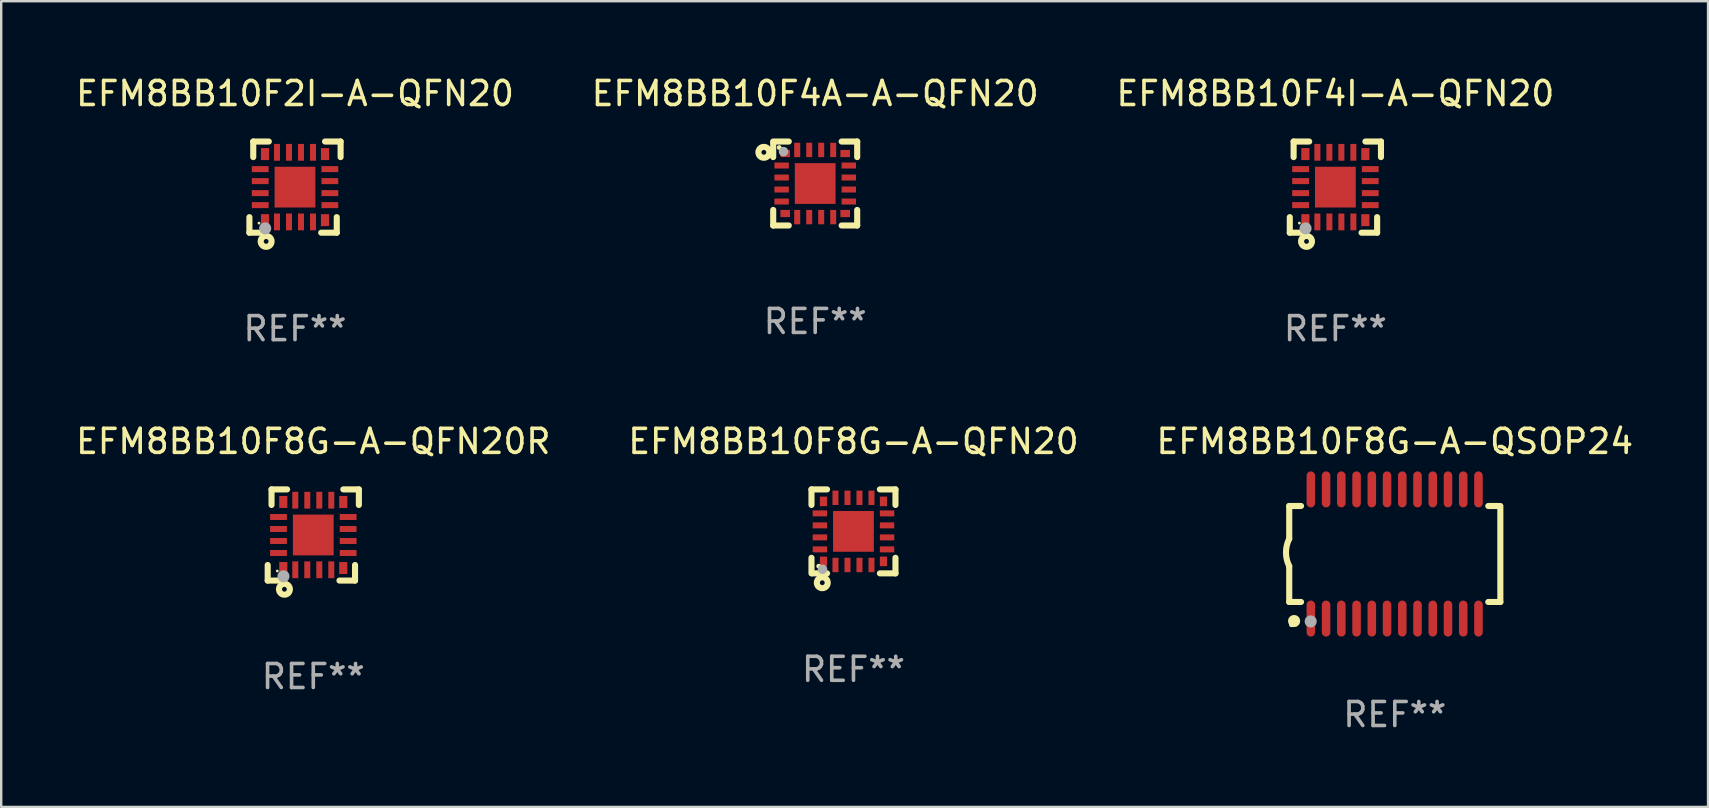
<source format=kicad_pcb>
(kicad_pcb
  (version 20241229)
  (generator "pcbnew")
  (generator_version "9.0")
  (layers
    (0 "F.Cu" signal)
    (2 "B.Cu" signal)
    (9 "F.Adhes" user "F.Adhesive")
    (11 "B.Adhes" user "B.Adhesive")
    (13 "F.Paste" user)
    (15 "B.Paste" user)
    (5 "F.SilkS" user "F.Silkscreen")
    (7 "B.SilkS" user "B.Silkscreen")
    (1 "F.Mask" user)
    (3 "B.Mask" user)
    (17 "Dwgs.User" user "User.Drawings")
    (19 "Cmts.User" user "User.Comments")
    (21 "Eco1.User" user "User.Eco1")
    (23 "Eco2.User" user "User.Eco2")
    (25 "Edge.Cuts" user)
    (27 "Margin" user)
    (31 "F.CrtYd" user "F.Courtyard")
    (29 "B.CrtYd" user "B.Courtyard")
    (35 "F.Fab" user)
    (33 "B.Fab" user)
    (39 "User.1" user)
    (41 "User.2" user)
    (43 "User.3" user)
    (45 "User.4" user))
  (footprint "EFM8BB10F8G-A-QFN20R"
    (layer "F.Cu")
    (at 10.006 19.245)
    (property "Reference" "EFM8BB10F8G-A-QFN20R" (at 0 -3.9 0) (layer "F.SilkS") (effects (font (size 1 1) (thickness 0.15))))
    (attr through_hole)
    (fp_line (start -1.9 1.9) (end -1.9 1.251) (stroke (width 0.254) (type solid)) (layer "F.SilkS"))
    (fp_line (start -1.9 1.9) (end -1.251 1.9) (stroke (width 0.254) (type solid)) (layer "F.SilkS"))
    (fp_line (start -1.74 -1.9) (end -1.74 -1.251) (stroke (width 0.254) (type solid)) (layer "F.SilkS"))
    (fp_line (start -1.74 -1.9) (end -1.091 -1.9) (stroke (width 0.254) (type solid)) (layer "F.SilkS"))
    (fp_line (start 1.74 1.9) (end 1.091 1.9) (stroke (width 0.254) (type solid)) (layer "F.SilkS"))
    (fp_line (start 1.74 1.9) (end 1.74 1.251) (stroke (width 0.254) (type solid)) (layer "F.SilkS"))
    (fp_line (start 1.9 -1.9) (end 1.251 -1.9) (stroke (width 0.254) (type solid)) (layer "F.SilkS"))
    (fp_line (start 1.9 -1.9) (end 1.9 -1.251) (stroke (width 0.254) (type solid)) (layer "F.SilkS"))
    (fp_circle (center -1.5 1.5) (end -1.47 1.5) (stroke (width 0.06) (type solid)) (fill no) (layer "F.SilkS"))
    (fp_circle (center -1.203 2.262) (end -1.103 2.262) (stroke (width 0.254) (type solid)) (fill no) (layer "F.SilkS"))
    (fp_circle (center -1.243 1.721) (end -1.116 1.721) (stroke (width 0.254) (type solid)) (fill no) (layer "F.Fab"))
    (fp_text user "REF**" (at 0 5.9 0) (layer "F.Fab") (effects (font (size 1 1) (thickness 0.15))))
    (pad "1" smd rect (at -1.25 1.377) (size 0.34 0.5) (layers "F.Cu" "F.Mask" "F.Paste"))
    (pad "2" smd rect (at -0.75 1.45) (size 0.25 0.7) (layers "F.Cu" "F.Mask" "F.Paste"))
    (pad "3" smd rect (at -0.25 1.45) (size 0.25 0.7) (layers "F.Cu" "F.Mask" "F.Paste"))
    (pad "4" smd rect (at 0.25 1.45) (size 0.25 0.7) (layers "F.Cu" "F.Mask" "F.Paste"))
    (pad "5" smd rect (at 0.75 1.45) (size 0.25 0.7) (layers "F.Cu" "F.Mask" "F.Paste"))
    (pad "6" smd rect (at 1.25 1.377) (size 0.34 0.5) (layers "F.Cu" "F.Mask" "F.Paste"))
    (pad "7" smd rect (at 1.453 0.75) (size 0.7 0.25) (layers "F.Cu" "F.Mask" "F.Paste"))
    (pad "8" smd rect (at 1.453 0.25) (size 0.7 0.25) (layers "F.Cu" "F.Mask" "F.Paste"))
    (pad "9" smd rect (at 1.453 -0.25) (size 0.7 0.25) (layers "F.Cu" "F.Mask" "F.Paste"))
    (pad "10" smd rect (at 1.453 -0.75) (size 0.7 0.25) (layers "F.Cu" "F.Mask" "F.Paste"))
    (pad "11" smd rect (at 1.25 -1.377) (size 0.34 0.5) (layers "F.Cu" "F.Mask" "F.Paste"))
    (pad "12" smd rect (at 0.75 -1.45) (size 0.25 0.7) (layers "F.Cu" "F.Mask" "F.Paste"))
    (pad "13" smd rect (at 0.25 -1.45) (size 0.25 0.7) (layers "F.Cu" "F.Mask" "F.Paste"))
    (pad "14" smd rect (at -0.25 -1.45) (size 0.25 0.7) (layers "F.Cu" "F.Mask" "F.Paste"))
    (pad "15" smd rect (at -0.75 -1.45) (size 0.25 0.7) (layers "F.Cu" "F.Mask" "F.Paste"))
    (pad "16" smd rect (at -1.25 -1.377) (size 0.34 0.5) (layers "F.Cu" "F.Mask" "F.Paste"))
    (pad "17" smd rect (at -1.45 -0.75) (size 0.7 0.25) (layers "F.Cu" "F.Mask" "F.Paste"))
    (pad "18" smd rect (at -1.45 -0.25) (size 0.7 0.25) (layers "F.Cu" "F.Mask" "F.Paste"))
    (pad "19" smd rect (at -1.45 0.25) (size 0.7 0.25) (layers "F.Cu" "F.Mask" "F.Paste"))
    (pad "20" smd rect (at -1.45 0.75) (size 0.7 0.25) (layers "F.Cu" "F.Mask" "F.Paste"))
    (pad "21" smd rect (at 0 0) (size 1.7 1.7) (layers "F.Cu" "F.Mask" "F.Paste")))
  (footprint "EFM8BB10F2I-A-QFN20"
    (layer "F.Cu")
    (at 9.244 4.748)
    (property "Reference" "EFM8BB10F2I-A-QFN20" (at 0 -3.9 0) (layer "F.SilkS") (effects (font (size 1 1) (thickness 0.15))))
    (attr through_hole)
    (fp_line (start -1.9 1.9) (end -1.9 1.251) (stroke (width 0.254) (type solid)) (layer "F.SilkS"))
    (fp_line (start -1.9 1.9) (end -1.251 1.9) (stroke (width 0.254) (type solid)) (layer "F.SilkS"))
    (fp_line (start -1.74 -1.9) (end -1.74 -1.251) (stroke (width 0.254) (type solid)) (layer "F.SilkS"))
    (fp_line (start -1.74 -1.9) (end -1.091 -1.9) (stroke (width 0.254) (type solid)) (layer "F.SilkS"))
    (fp_line (start 1.74 1.9) (end 1.091 1.9) (stroke (width 0.254) (type solid)) (layer "F.SilkS"))
    (fp_line (start 1.74 1.9) (end 1.74 1.251) (stroke (width 0.254) (type solid)) (layer "F.SilkS"))
    (fp_line (start 1.9 -1.9) (end 1.251 -1.9) (stroke (width 0.254) (type solid)) (layer "F.SilkS"))
    (fp_line (start 1.9 -1.9) (end 1.9 -1.251) (stroke (width 0.254) (type solid)) (layer "F.SilkS"))
    (fp_circle (center -1.5 1.5) (end -1.47 1.5) (stroke (width 0.06) (type solid)) (fill no) (layer "F.SilkS"))
    (fp_circle (center -1.203 2.262) (end -1.103 2.262) (stroke (width 0.254) (type solid)) (fill no) (layer "F.SilkS"))
    (fp_circle (center -1.243 1.721) (end -1.116 1.721) (stroke (width 0.254) (type solid)) (fill no) (layer "F.Fab"))
    (fp_text user "REF**" (at 0 5.9 0) (layer "F.Fab") (effects (font (size 1 1) (thickness 0.15))))
    (pad "1" smd rect (at -1.25 1.377) (size 0.34 0.5) (layers "F.Cu" "F.Mask" "F.Paste"))
    (pad "2" smd rect (at -0.75 1.45) (size 0.25 0.7) (layers "F.Cu" "F.Mask" "F.Paste"))
    (pad "3" smd rect (at -0.25 1.45) (size 0.25 0.7) (layers "F.Cu" "F.Mask" "F.Paste"))
    (pad "4" smd rect (at 0.25 1.45) (size 0.25 0.7) (layers "F.Cu" "F.Mask" "F.Paste"))
    (pad "5" smd rect (at 0.75 1.45) (size 0.25 0.7) (layers "F.Cu" "F.Mask" "F.Paste"))
    (pad "6" smd rect (at 1.25 1.377) (size 0.34 0.5) (layers "F.Cu" "F.Mask" "F.Paste"))
    (pad "7" smd rect (at 1.453 0.75) (size 0.7 0.25) (layers "F.Cu" "F.Mask" "F.Paste"))
    (pad "8" smd rect (at 1.453 0.25) (size 0.7 0.25) (layers "F.Cu" "F.Mask" "F.Paste"))
    (pad "9" smd rect (at 1.453 -0.25) (size 0.7 0.25) (layers "F.Cu" "F.Mask" "F.Paste"))
    (pad "10" smd rect (at 1.453 -0.75) (size 0.7 0.25) (layers "F.Cu" "F.Mask" "F.Paste"))
    (pad "11" smd rect (at 1.25 -1.377) (size 0.34 0.5) (layers "F.Cu" "F.Mask" "F.Paste"))
    (pad "12" smd rect (at 0.75 -1.45) (size 0.25 0.7) (layers "F.Cu" "F.Mask" "F.Paste"))
    (pad "13" smd rect (at 0.25 -1.45) (size 0.25 0.7) (layers "F.Cu" "F.Mask" "F.Paste"))
    (pad "14" smd rect (at -0.25 -1.45) (size 0.25 0.7) (layers "F.Cu" "F.Mask" "F.Paste"))
    (pad "15" smd rect (at -0.75 -1.45) (size 0.25 0.7) (layers "F.Cu" "F.Mask" "F.Paste"))
    (pad "16" smd rect (at -1.25 -1.377) (size 0.34 0.5) (layers "F.Cu" "F.Mask" "F.Paste"))
    (pad "17" smd rect (at -1.45 -0.75) (size 0.7 0.25) (layers "F.Cu" "F.Mask" "F.Paste"))
    (pad "18" smd rect (at -1.45 -0.25) (size 0.7 0.25) (layers "F.Cu" "F.Mask" "F.Paste"))
    (pad "19" smd rect (at -1.45 0.25) (size 0.7 0.25) (layers "F.Cu" "F.Mask" "F.Paste"))
    (pad "20" smd rect (at -1.45 0.75) (size 0.7 0.25) (layers "F.Cu" "F.Mask" "F.Paste"))
    (pad "21" smd rect (at 0 0) (size 1.7 1.7) (layers "F.Cu" "F.Mask" "F.Paste")))
  (footprint "EFM8BB10F4I-A-QFN20"
    (layer "F.Cu")
    (at 52.601 4.748)
    (property "Reference" "EFM8BB10F4I-A-QFN20" (at 0 -3.9 0) (layer "F.SilkS") (effects (font (size 1 1) (thickness 0.15))))
    (attr through_hole)
    (fp_line (start -1.9 1.9) (end -1.9 1.251) (stroke (width 0.254) (type solid)) (layer "F.SilkS"))
    (fp_line (start -1.9 1.9) (end -1.251 1.9) (stroke (width 0.254) (type solid)) (layer "F.SilkS"))
    (fp_line (start -1.74 -1.9) (end -1.74 -1.251) (stroke (width 0.254) (type solid)) (layer "F.SilkS"))
    (fp_line (start -1.74 -1.9) (end -1.091 -1.9) (stroke (width 0.254) (type solid)) (layer "F.SilkS"))
    (fp_line (start 1.74 1.9) (end 1.091 1.9) (stroke (width 0.254) (type solid)) (layer "F.SilkS"))
    (fp_line (start 1.74 1.9) (end 1.74 1.251) (stroke (width 0.254) (type solid)) (layer "F.SilkS"))
    (fp_line (start 1.9 -1.9) (end 1.251 -1.9) (stroke (width 0.254) (type solid)) (layer "F.SilkS"))
    (fp_line (start 1.9 -1.9) (end 1.9 -1.251) (stroke (width 0.254) (type solid)) (layer "F.SilkS"))
    (fp_circle (center -1.5 1.5) (end -1.47 1.5) (stroke (width 0.06) (type solid)) (fill no) (layer "F.SilkS"))
    (fp_circle (center -1.203 2.262) (end -1.103 2.262) (stroke (width 0.254) (type solid)) (fill no) (layer "F.SilkS"))
    (fp_circle (center -1.243 1.721) (end -1.116 1.721) (stroke (width 0.254) (type solid)) (fill no) (layer "F.Fab"))
    (fp_text user "REF**" (at 0 5.9 0) (layer "F.Fab") (effects (font (size 1 1) (thickness 0.15))))
    (pad "1" smd rect (at -1.25 1.377) (size 0.34 0.5) (layers "F.Cu" "F.Mask" "F.Paste"))
    (pad "2" smd rect (at -0.75 1.45) (size 0.25 0.7) (layers "F.Cu" "F.Mask" "F.Paste"))
    (pad "3" smd rect (at -0.25 1.45) (size 0.25 0.7) (layers "F.Cu" "F.Mask" "F.Paste"))
    (pad "4" smd rect (at 0.25 1.45) (size 0.25 0.7) (layers "F.Cu" "F.Mask" "F.Paste"))
    (pad "5" smd rect (at 0.75 1.45) (size 0.25 0.7) (layers "F.Cu" "F.Mask" "F.Paste"))
    (pad "6" smd rect (at 1.25 1.377) (size 0.34 0.5) (layers "F.Cu" "F.Mask" "F.Paste"))
    (pad "7" smd rect (at 1.453 0.75) (size 0.7 0.25) (layers "F.Cu" "F.Mask" "F.Paste"))
    (pad "8" smd rect (at 1.453 0.25) (size 0.7 0.25) (layers "F.Cu" "F.Mask" "F.Paste"))
    (pad "9" smd rect (at 1.453 -0.25) (size 0.7 0.25) (layers "F.Cu" "F.Mask" "F.Paste"))
    (pad "10" smd rect (at 1.453 -0.75) (size 0.7 0.25) (layers "F.Cu" "F.Mask" "F.Paste"))
    (pad "11" smd rect (at 1.25 -1.377) (size 0.34 0.5) (layers "F.Cu" "F.Mask" "F.Paste"))
    (pad "12" smd rect (at 0.75 -1.45) (size 0.25 0.7) (layers "F.Cu" "F.Mask" "F.Paste"))
    (pad "13" smd rect (at 0.25 -1.45) (size 0.25 0.7) (layers "F.Cu" "F.Mask" "F.Paste"))
    (pad "14" smd rect (at -0.25 -1.45) (size 0.25 0.7) (layers "F.Cu" "F.Mask" "F.Paste"))
    (pad "15" smd rect (at -0.75 -1.45) (size 0.25 0.7) (layers "F.Cu" "F.Mask" "F.Paste"))
    (pad "16" smd rect (at -1.25 -1.377) (size 0.34 0.5) (layers "F.Cu" "F.Mask" "F.Paste"))
    (pad "17" smd rect (at -1.45 -0.75) (size 0.7 0.25) (layers "F.Cu" "F.Mask" "F.Paste"))
    (pad "18" smd rect (at -1.45 -0.25) (size 0.7 0.25) (layers "F.Cu" "F.Mask" "F.Paste"))
    (pad "19" smd rect (at -1.45 0.25) (size 0.7 0.25) (layers "F.Cu" "F.Mask" "F.Paste"))
    (pad "20" smd rect (at -1.45 0.75) (size 0.7 0.25) (layers "F.Cu" "F.Mask" "F.Paste"))
    (pad "21" smd rect (at 0 0) (size 1.7 1.7) (layers "F.Cu" "F.Mask" "F.Paste")))
  (footprint "EFM8BB10F8G-A-QSOP24"
    (layer "F.Cu")
    (at 55.077 20.037)
    (property "Reference" "EFM8BB10F8G-A-QSOP24" (at 0 -4.692 0) (layer "F.SilkS") (effects (font (size 1 1) (thickness 0.15))))
    (attr through_hole)
    (fp_line (start -4.399 -2) (end -4.399 -0.635) (stroke (width 0.254) (type solid)) (layer "F.SilkS"))
    (fp_line (start -4.399 -2) (end -3.907 -2) (stroke (width 0.254) (type solid)) (layer "F.SilkS"))
    (fp_line (start -4.399 2) (end -4.399 0.508) (stroke (width 0.254) (type solid)) (layer "F.SilkS"))
    (fp_line (start -4.399 2) (end -3.907 2) (stroke (width 0.254) (type solid)) (layer "F.SilkS"))
    (fp_line (start 3.896 -2) (end 4.313 -2) (stroke (width 0.254) (type solid)) (layer "F.SilkS"))
    (fp_line (start 3.896 2) (end 4.399 2) (stroke (width 0.254) (type solid)) (layer "F.SilkS"))
    (fp_line (start 4.399 2) (end 4.399 -2) (stroke (width 0.254) (type solid)) (layer "F.SilkS"))
    (fp_arc (start -4.399301 0.508001) (mid -4.534214 -0.0635) (end -4.399301 -0.635001) (stroke (width 0.254001) (type solid)) (layer "F.SilkS"))
    (fp_circle (center -4.305 2.95) (end -4.255 2.95) (stroke (width 0.1) (type solid)) (fill no) (layer "F.SilkS"))
    (fp_circle (center -4.196 2.794) (end -4.069 2.794) (stroke (width 0.254) (type solid)) (fill no) (layer "F.SilkS"))
    (fp_circle (center -3.505 2.81) (end -3.378 2.81) (stroke (width 0.254) (type solid)) (fill no) (layer "F.Fab"))
    (fp_text user "REF**" (at 0 6.692 0) (layer "F.Fab") (effects (font (size 1 1) (thickness 0.15))))
    (pad "1" smd oval (at -3.498 2.692 90) (size 1.5 0.356) (layers "F.Cu" "F.Mask" "F.Paste"))
    (pad "2" smd oval (at -2.863 2.692 90) (size 1.5 0.356) (layers "F.Cu" "F.Mask" "F.Paste"))
    (pad "3" smd oval (at -2.228 2.692 90) (size 1.5 0.356) (layers "F.Cu" "F.Mask" "F.Paste"))
    (pad "4" smd oval (at -1.593 2.692 90) (size 1.5 0.356) (layers "F.Cu" "F.Mask" "F.Paste"))
    (pad "5" smd oval (at -0.958 2.692 90) (size 1.5 0.356) (layers "F.Cu" "F.Mask" "F.Paste"))
    (pad "6" smd oval (at -0.323 2.692 90) (size 1.5 0.356) (layers "F.Cu" "F.Mask" "F.Paste"))
    (pad "7" smd oval (at 0.312 2.692 90) (size 1.5 0.356) (layers "F.Cu" "F.Mask" "F.Paste"))
    (pad "8" smd oval (at 0.947 2.692 90) (size 1.5 0.356) (layers "F.Cu" "F.Mask" "F.Paste"))
    (pad "9" smd oval (at 1.582 2.692 90) (size 1.5 0.356) (layers "F.Cu" "F.Mask" "F.Paste"))
    (pad "10" smd oval (at 2.217 2.692 90) (size 1.5 0.356) (layers "F.Cu" "F.Mask" "F.Paste"))
    (pad "11" smd oval (at 2.852 2.692 90) (size 1.5 0.356) (layers "F.Cu" "F.Mask" "F.Paste"))
    (pad "12" smd oval (at 3.487 2.692 90) (size 1.5 0.356) (layers "F.Cu" "F.Mask" "F.Paste"))
    (pad "13" smd oval (at 3.487 -2.692 90) (size 1.5 0.356) (layers "F.Cu" "F.Mask" "F.Paste"))
    (pad "14" smd oval (at 2.852 -2.692 90) (size 1.5 0.356) (layers "F.Cu" "F.Mask" "F.Paste"))
    (pad "15" smd oval (at 2.217 -2.692 90) (size 1.5 0.356) (layers "F.Cu" "F.Mask" "F.Paste"))
    (pad "16" smd oval (at 1.582 -2.692 90) (size 1.5 0.356) (layers "F.Cu" "F.Mask" "F.Paste"))
    (pad "17" smd oval (at 0.947 -2.692 90) (size 1.5 0.356) (layers "F.Cu" "F.Mask" "F.Paste"))
    (pad "18" smd oval (at 0.312 -2.692 90) (size 1.5 0.356) (layers "F.Cu" "F.Mask" "F.Paste"))
    (pad "19" smd oval (at -0.323 -2.692 90) (size 1.5 0.356) (layers "F.Cu" "F.Mask" "F.Paste"))
    (pad "20" smd oval (at -0.958 -2.692 90) (size 1.5 0.356) (layers "F.Cu" "F.Mask" "F.Paste"))
    (pad "21" smd oval (at -1.593 -2.692 90) (size 1.5 0.356) (layers "F.Cu" "F.Mask" "F.Paste"))
    (pad "22" smd oval (at -2.228 -2.692 90) (size 1.5 0.356) (layers "F.Cu" "F.Mask" "F.Paste"))
    (pad "23" smd oval (at -2.863 -2.692 90) (size 1.5 0.356) (layers "F.Cu" "F.Mask" "F.Paste"))
    (pad "24" smd oval (at -3.498 -2.692 90) (size 1.5 0.356) (layers "F.Cu" "F.Mask" "F.Paste")))
  (footprint "EFM8BB10F4A-A-QFN20"
    (layer "F.Cu")
    (at 30.923 4.598)
    (property "Reference" "EFM8BB10F4A-A-QFN20" (at 0 -3.75 0) (layer "F.SilkS") (effects (font (size 1 1) (thickness 0.15))))
    (attr through_hole)
    (fp_line (start -1.75 -1.101) (end -1.75 -1.716) (stroke (width 0.254) (type solid)) (layer "F.SilkS"))
    (fp_line (start -1.75 1.75) (end -1.75 1.101) (stroke (width 0.254) (type solid)) (layer "F.SilkS"))
    (fp_line (start -1.101 -1.75) (end -1.75 -1.75) (stroke (width 0.254) (type solid)) (layer "F.SilkS"))
    (fp_line (start -1.101 1.75) (end -1.75 1.75) (stroke (width 0.254) (type solid)) (layer "F.SilkS"))
    (fp_line (start 1.75 -1.75) (end 1.101 -1.75) (stroke (width 0.254) (type solid)) (layer "F.SilkS"))
    (fp_line (start 1.75 -1.75) (end 1.75 -1.101) (stroke (width 0.254) (type solid)) (layer "F.SilkS"))
    (fp_line (start 1.75 1.101) (end 1.75 1.75) (stroke (width 0.254) (type solid)) (layer "F.SilkS"))
    (fp_line (start 1.75 1.75) (end 1.101 1.75) (stroke (width 0.254) (type solid)) (layer "F.SilkS"))
    (fp_circle (center -2.14 -1.3) (end -2.04 -1.3) (stroke (width 0.254) (type solid)) (fill no) (layer "F.SilkS"))
    (fp_circle (center -1.5 -1.5) (end -1.45 -1.5) (stroke (width 0.1) (type solid)) (fill no) (layer "F.SilkS"))
    (fp_circle (center -1.32 -1.33) (end -1.22 -1.33) (stroke (width 0.2) (type solid)) (fill no) (layer "F.Fab"))
    (fp_text user "REF**" (at 0 5.75 0) (layer "F.Fab") (effects (font (size 1 1) (thickness 0.15))))
    (pad "1" smd rect (at -1.25 -1.25 270) (size 0.3 0.4) (layers "F.Cu" "F.Mask" "F.Paste"))
    (pad "2" smd rect (at -1.4 -0.75 270) (size 0.25 0.6) (layers "F.Cu" "F.Mask" "F.Paste"))
    (pad "3" smd rect (at -1.4 -0.25 270) (size 0.25 0.6) (layers "F.Cu" "F.Mask" "F.Paste"))
    (pad "4" smd rect (at -1.4 0.25 270) (size 0.25 0.6) (layers "F.Cu" "F.Mask" "F.Paste"))
    (pad "5" smd rect (at -1.4 0.75 270) (size 0.25 0.6) (layers "F.Cu" "F.Mask" "F.Paste"))
    (pad "6" smd rect (at -1.25 1.25 90) (size 0.3 0.4) (layers "F.Cu" "F.Mask" "F.Paste"))
    (pad "7" smd rect (at -0.75 1.4) (size 0.25 0.6) (layers "F.Cu" "F.Mask" "F.Paste"))
    (pad "8" smd rect (at -0.25 1.4) (size 0.25 0.6) (layers "F.Cu" "F.Mask" "F.Paste"))
    (pad "9" smd rect (at 0.25 1.4) (size 0.25 0.6) (layers "F.Cu" "F.Mask" "F.Paste"))
    (pad "10" smd rect (at 0.75 1.4) (size 0.25 0.6) (layers "F.Cu" "F.Mask" "F.Paste"))
    (pad "11" smd rect (at 1.25 1.25 90) (size 0.3 0.4) (layers "F.Cu" "F.Mask" "F.Paste"))
    (pad "12" smd rect (at 1.4 0.75 90) (size 0.25 0.6) (layers "F.Cu" "F.Mask" "F.Paste"))
    (pad "13" smd rect (at 1.4 0.25 90) (size 0.25 0.6) (layers "F.Cu" "F.Mask" "F.Paste"))
    (pad "14" smd rect (at 1.4 -0.25 90) (size 0.25 0.6) (layers "F.Cu" "F.Mask" "F.Paste"))
    (pad "15" smd rect (at 1.4 -0.75 90) (size 0.25 0.6) (layers "F.Cu" "F.Mask" "F.Paste"))
    (pad "16" smd rect (at 1.25 -1.25 270) (size 0.3 0.4) (layers "F.Cu" "F.Mask" "F.Paste"))
    (pad "17" smd rect (at 0.75 -1.4 180) (size 0.25 0.6) (layers "F.Cu" "F.Mask" "F.Paste"))
    (pad "18" smd rect (at 0.25 -1.4 180) (size 0.25 0.6) (layers "F.Cu" "F.Mask" "F.Paste"))
    (pad "19" smd rect (at -0.25 -1.4 180) (size 0.25 0.6) (layers "F.Cu" "F.Mask" "F.Paste"))
    (pad "20" smd rect (at -0.75 -1.4 180) (size 0.25 0.6) (layers "F.Cu" "F.Mask" "F.Paste"))
    (pad "21" smd rect (at -0.000064 0.00014 180) (size 1.7 1.7) (layers "F.Cu" "F.Mask" "F.Paste")))
  (footprint "EFM8BB10F8G-A-QFN20"
    (layer "F.Cu")
    (at 32.518 19.095)
    (property "Reference" "EFM8BB10F8G-A-QFN20" (at 0 -3.75 0) (layer "F.SilkS") (effects (font (size 1 1) (thickness 0.15))))
    (attr through_hole)
    (fp_line (start -1.75 -1.75) (end -1.75 -1.101) (stroke (width 0.254) (type solid)) (layer "F.SilkS"))
    (fp_line (start -1.75 -1.75) (end -1.101 -1.75) (stroke (width 0.254) (type solid)) (layer "F.SilkS"))
    (fp_line (start -1.75 1.101) (end -1.75 1.75) (stroke (width 0.254) (type solid)) (layer "F.SilkS"))
    (fp_line (start -1.101 1.75) (end -1.716 1.75) (stroke (width 0.254) (type solid)) (layer "F.SilkS"))
    (fp_line (start 1.101 -1.75) (end 1.75 -1.75) (stroke (width 0.254) (type solid)) (layer "F.SilkS"))
    (fp_line (start 1.75 -1.75) (end 1.75 -1.101) (stroke (width 0.254) (type solid)) (layer "F.SilkS"))
    (fp_line (start 1.75 1.101) (end 1.75 1.75) (stroke (width 0.254) (type solid)) (layer "F.SilkS"))
    (fp_line (start 1.75 1.75) (end 1.101 1.75) (stroke (width 0.254) (type solid)) (layer "F.SilkS"))
    (fp_circle (center -1.45 1.45) (end -1.4 1.45) (stroke (width 0.1) (type solid)) (fill no) (layer "F.SilkS"))
    (fp_circle (center -1.3 2.14) (end -1.2 2.14) (stroke (width 0.254) (type solid)) (fill no) (layer "F.SilkS"))
    (fp_circle (center -1.29 1.58) (end -1.19 1.58) (stroke (width 0.2) (type solid)) (fill no) (layer "F.Fab"))
    (fp_text user "REF**" (at 0 5.75 0) (layer "F.Fab") (effects (font (size 1 1) (thickness 0.15))))
    (pad "1" smd rect (at -1.25 1.25) (size 0.3 0.4) (layers "F.Cu" "F.Mask" "F.Paste"))
    (pad "2" smd rect (at -0.75 1.4) (size 0.25 0.6) (layers "F.Cu" "F.Mask" "F.Paste"))
    (pad "3" smd rect (at -0.25 1.4) (size 0.25 0.6) (layers "F.Cu" "F.Mask" "F.Paste"))
    (pad "4" smd rect (at 0.25 1.4) (size 0.25 0.6) (layers "F.Cu" "F.Mask" "F.Paste"))
    (pad "5" smd rect (at 0.75 1.4) (size 0.25 0.6) (layers "F.Cu" "F.Mask" "F.Paste"))
    (pad "6" smd rect (at 1.25 1.25 180) (size 0.3 0.4) (layers "F.Cu" "F.Mask" "F.Paste"))
    (pad "7" smd rect (at 1.4 0.75 90) (size 0.25 0.6) (layers "F.Cu" "F.Mask" "F.Paste"))
    (pad "8" smd rect (at 1.4 0.25 90) (size 0.25 0.6) (layers "F.Cu" "F.Mask" "F.Paste"))
    (pad "9" smd rect (at 1.4 -0.25 90) (size 0.25 0.6) (layers "F.Cu" "F.Mask" "F.Paste"))
    (pad "10" smd rect (at 1.4 -0.75 90) (size 0.25 0.6) (layers "F.Cu" "F.Mask" "F.Paste"))
    (pad "11" smd rect (at 1.25 -1.25 180) (size 0.3 0.4) (layers "F.Cu" "F.Mask" "F.Paste"))
    (pad "12" smd rect (at 0.75 -1.4 180) (size 0.25 0.6) (layers "F.Cu" "F.Mask" "F.Paste"))
    (pad "13" smd rect (at 0.25 -1.4 180) (size 0.25 0.6) (layers "F.Cu" "F.Mask" "F.Paste"))
    (pad "14" smd rect (at -0.25 -1.4 180) (size 0.25 0.6) (layers "F.Cu" "F.Mask" "F.Paste"))
    (pad "15" smd rect (at -0.75 -1.4 180) (size 0.25 0.6) (layers "F.Cu" "F.Mask" "F.Paste"))
    (pad "16" smd rect (at -1.25 -1.25) (size 0.3 0.4) (layers "F.Cu" "F.Mask" "F.Paste"))
    (pad "17" smd rect (at -1.4 -0.75 270) (size 0.25 0.6) (layers "F.Cu" "F.Mask" "F.Paste"))
    (pad "18" smd rect (at -1.4 -0.25 270) (size 0.25 0.6) (layers "F.Cu" "F.Mask" "F.Paste"))
    (pad "19" smd rect (at -1.4 0.25 270) (size 0.25 0.6) (layers "F.Cu" "F.Mask" "F.Paste"))
    (pad "20" smd rect (at -1.4 0.75 270) (size 0.25 0.6) (layers "F.Cu" "F.Mask" "F.Paste"))
    (pad "21" smd rect (at 0.000127 0.000076 270) (size 1.7 1.7) (layers "F.Cu" "F.Mask" "F.Paste")))
  (gr_rect
    (start -3 -3)
    (end 68.131 30.578)
    (stroke (width 0.1) (type default))
    (fill no)
    (layer "Edge.Cuts")))
</source>
